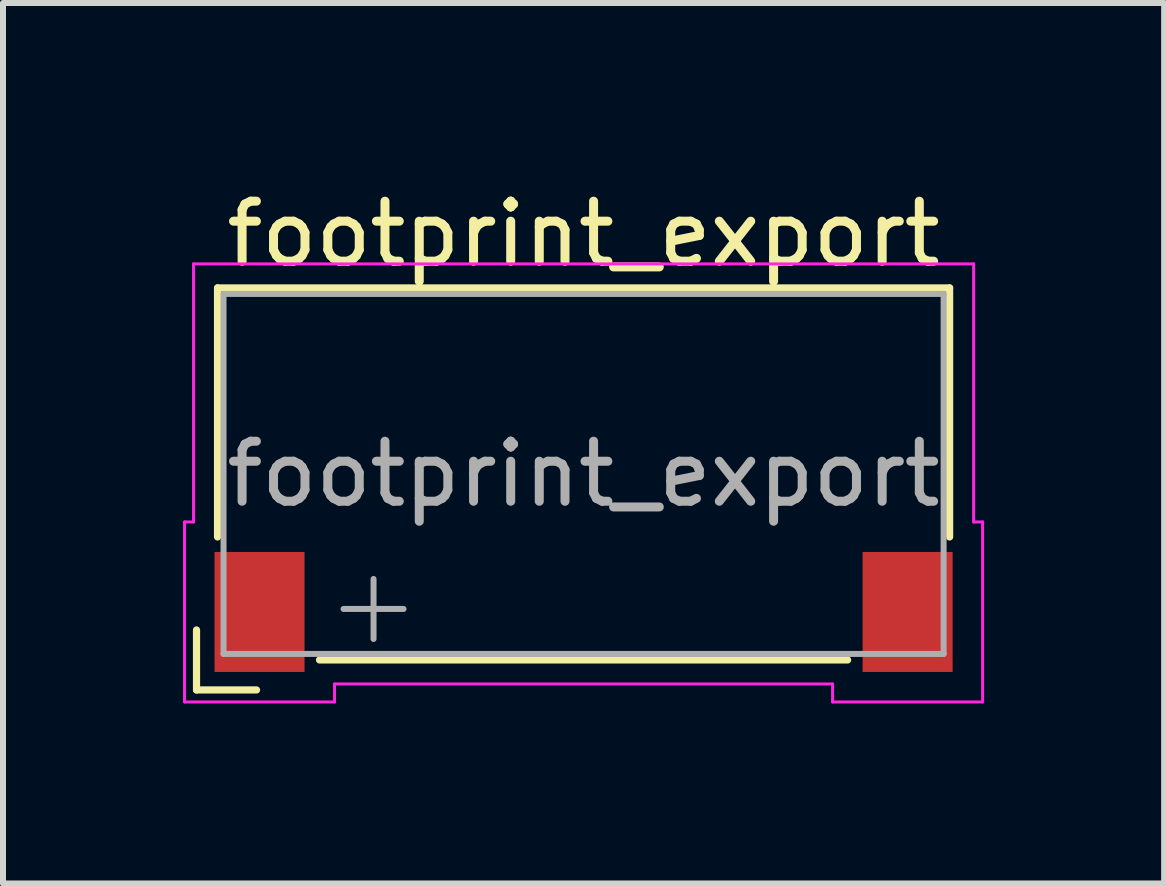
<source format=kicad_pcb>
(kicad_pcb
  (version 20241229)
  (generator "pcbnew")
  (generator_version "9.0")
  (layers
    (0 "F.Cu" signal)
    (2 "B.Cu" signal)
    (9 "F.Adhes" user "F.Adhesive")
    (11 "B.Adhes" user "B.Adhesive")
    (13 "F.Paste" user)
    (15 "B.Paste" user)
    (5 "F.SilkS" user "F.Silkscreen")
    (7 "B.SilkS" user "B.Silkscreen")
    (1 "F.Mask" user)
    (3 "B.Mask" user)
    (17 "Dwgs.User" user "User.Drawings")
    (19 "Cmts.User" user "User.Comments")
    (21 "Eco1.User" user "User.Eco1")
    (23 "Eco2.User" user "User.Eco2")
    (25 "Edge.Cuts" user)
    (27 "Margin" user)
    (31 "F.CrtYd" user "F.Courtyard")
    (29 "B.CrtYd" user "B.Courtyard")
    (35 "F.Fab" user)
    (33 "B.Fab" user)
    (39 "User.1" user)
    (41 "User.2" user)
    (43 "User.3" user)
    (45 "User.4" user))
  (footprint "footprint_export"
    (layer "F.Cu")
    (at 6.675 4.848)
    (property "Reference" "footprint_export" (at 0 -4 0) (layer "F.SilkS") (effects (font (size 1 1) (thickness 0.15))))
    (attr smd)
    (fp_line (start -6.45 2.6) (end -6.45 3.6) (stroke (width 0.12) (type solid)) (layer "F.SilkS"))
    (fp_line (start -6.45 3.6) (end -5.45 3.6) (stroke (width 0.12) (type solid)) (layer "F.SilkS"))
    (fp_line (start -6.1 -3.1) (end 6.1 -3.1) (stroke (width 0.12) (type solid)) (layer "F.SilkS"))
    (fp_line (start -6.1 1.05) (end -6.1 -3.1) (stroke (width 0.12) (type solid)) (layer "F.SilkS"))
    (fp_line (start 4.4 3.1) (end -4.4 3.1) (stroke (width 0.12) (type solid)) (layer "F.SilkS"))
    (fp_line (start 6.1 -3.1) (end 6.1 1.05) (stroke (width 0.12) (type solid)) (layer "F.SilkS"))
    (fp_line (start -6.65 0.8) (end -6.65 3.8) (stroke (width 0.05) (type solid)) (layer "F.CrtYd"))
    (fp_line (start -6.65 3.8) (end -4.15 3.8) (stroke (width 0.05) (type solid)) (layer "F.CrtYd"))
    (fp_line (start -6.5 -3.5) (end 6.5 -3.5) (stroke (width 0.05) (type solid)) (layer "F.CrtYd"))
    (fp_line (start -6.5 0.8) (end -6.65 0.8) (stroke (width 0.05) (type solid)) (layer "F.CrtYd"))
    (fp_line (start -6.5 0.8) (end -6.5 -3.5) (stroke (width 0.05) (type solid)) (layer "F.CrtYd"))
    (fp_line (start -4.15 3.8) (end -4.15 3.5) (stroke (width 0.05) (type solid)) (layer "F.CrtYd"))
    (fp_line (start 4.15 3.5) (end -4.15 3.5) (stroke (width 0.05) (type solid)) (layer "F.CrtYd"))
    (fp_line (start 4.15 3.8) (end 4.15 3.5) (stroke (width 0.05) (type solid)) (layer "F.CrtYd"))
    (fp_line (start 6.5 -3.5) (end 6.5 0.8) (stroke (width 0.05) (type solid)) (layer "F.CrtYd"))
    (fp_line (start 6.5 0.8) (end 6.65 0.8) (stroke (width 0.05) (type solid)) (layer "F.CrtYd"))
    (fp_line (start 6.65 0.8) (end 6.65 3.8) (stroke (width 0.05) (type solid)) (layer "F.CrtYd"))
    (fp_line (start 6.65 3.8) (end 4.15 3.8) (stroke (width 0.05) (type solid)) (layer "F.CrtYd"))
    (fp_line (start -6 -3) (end -6 3) (stroke (width 0.1) (type solid)) (layer "F.Fab"))
    (fp_line (start -6 3) (end 6 3) (stroke (width 0.1) (type solid)) (layer "F.Fab"))
    (fp_line (start -4 2.25) (end -3 2.25) (stroke (width 0.1) (type solid)) (layer "F.Fab"))
    (fp_line (start -3.5 2.75) (end -3.5 1.75) (stroke (width 0.1) (type solid)) (layer "F.Fab"))
    (fp_line (start 6 -3) (end -6 -3) (stroke (width 0.1) (type solid)) (layer "F.Fab"))
    (fp_line (start 6 3) (end 6 -3) (stroke (width 0.1) (type solid)) (layer "F.Fab"))
    (fp_text user "${REFERENCE}" (at 0 0 180) (layer "F.Fab") (effects (font (size 1 1) (thickness 0.15))))
    (pad "1" smd rect (at -5.4 2.3 180) (size 1.5 2) (layers "F.Cu" "F.Mask"))
    (pad "2" smd rect (at 5.4 2.3 180) (size 1.5 2) (layers "F.Cu" "F.Mask")))
  (gr_rect
    (start -3 -3)
    (end 16.35 11.673)
    (stroke (width 0.1) (type default))
    (fill no)
    (layer "Edge.Cuts")))
</source>
